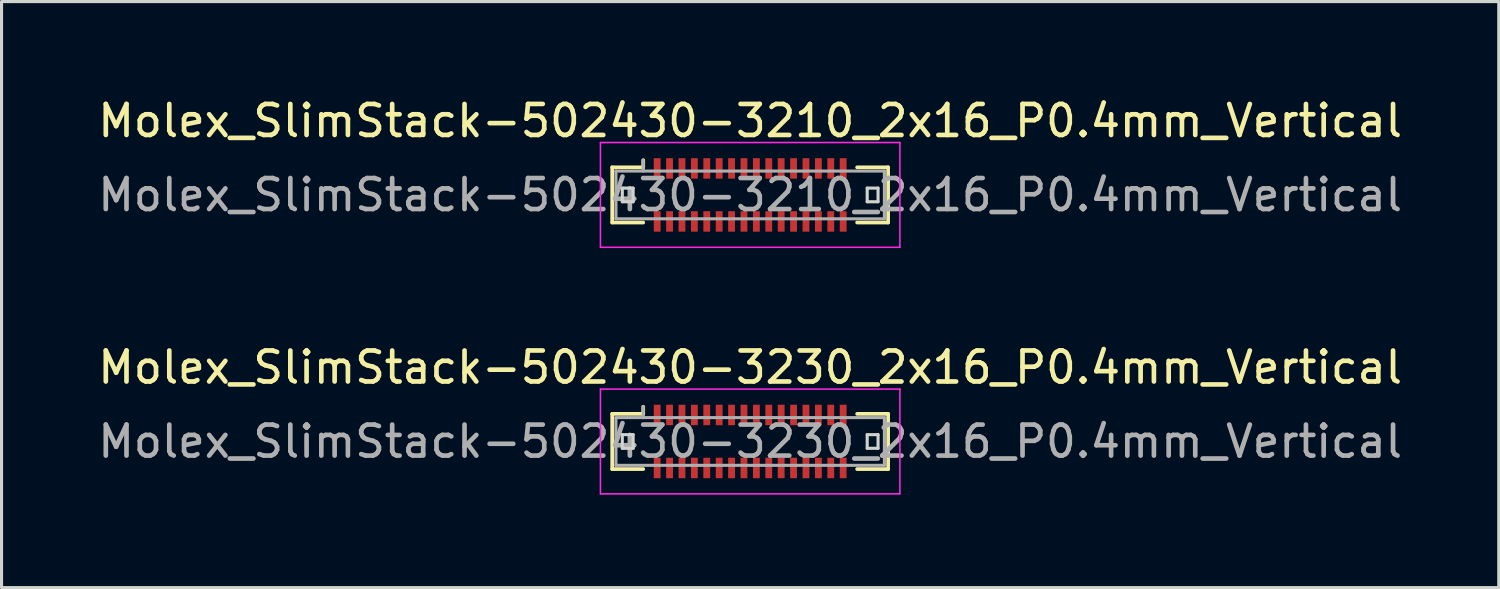
<source format=kicad_pcb>
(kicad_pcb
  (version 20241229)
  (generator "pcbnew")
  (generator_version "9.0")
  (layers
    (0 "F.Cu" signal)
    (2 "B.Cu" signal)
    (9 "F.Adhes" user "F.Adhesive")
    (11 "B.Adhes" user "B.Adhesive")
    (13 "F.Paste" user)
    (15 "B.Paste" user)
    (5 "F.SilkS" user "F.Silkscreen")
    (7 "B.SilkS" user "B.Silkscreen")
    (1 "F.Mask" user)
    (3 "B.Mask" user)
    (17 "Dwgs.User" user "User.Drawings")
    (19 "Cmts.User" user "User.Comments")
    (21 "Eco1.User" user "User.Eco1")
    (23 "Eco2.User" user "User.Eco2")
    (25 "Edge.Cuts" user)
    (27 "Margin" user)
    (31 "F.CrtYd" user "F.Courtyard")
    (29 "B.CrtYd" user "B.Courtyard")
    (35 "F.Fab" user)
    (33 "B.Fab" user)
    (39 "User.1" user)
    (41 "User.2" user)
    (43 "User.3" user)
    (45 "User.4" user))
  (footprint "Molex_SlimStack-502430-3230_2x16_P0.4mm_Vertical"
    (layer "F.Cu")
    (at 21.149 11.191)
    (property "Reference" "Molex_SlimStack-502430-3230_2x16_P0.4mm_Vertical" (at 0 -2.39 0) (layer "F.SilkS") (effects (font (size 1 1) (thickness 0.15))))
    (attr smd)
    (fp_line (start -4.45 -0.89) (end -3.45 -0.89) (stroke (width 0.12) (type solid)) (layer "F.SilkS"))
    (fp_line (start -4.45 0.89) (end -4.45 -0.89) (stroke (width 0.12) (type solid)) (layer "F.SilkS"))
    (fp_line (start -3.45 -0.89) (end -3.45 -1.12) (stroke (width 0.12) (type solid)) (layer "F.SilkS"))
    (fp_line (start -3.45 0.89) (end -4.45 0.89) (stroke (width 0.12) (type solid)) (layer "F.SilkS"))
    (fp_line (start 3.45 0.89) (end 4.45 0.89) (stroke (width 0.12) (type solid)) (layer "F.SilkS"))
    (fp_line (start 4.45 -0.89) (end 3.45 -0.89) (stroke (width 0.12) (type solid)) (layer "F.SilkS"))
    (fp_line (start 4.45 0.89) (end 4.45 -0.89) (stroke (width 0.12) (type solid)) (layer "F.SilkS"))
    (fp_line (start -4.125 -0.22) (end -4.125 0.22) (stroke (width 0.1) (type solid)) (layer "Edge.Cuts"))
    (fp_line (start -4.125 0.22) (end -3.775 0.22) (stroke (width 0.1) (type solid)) (layer "Edge.Cuts"))
    (fp_line (start -3.775 -0.22) (end -4.125 -0.22) (stroke (width 0.1) (type solid)) (layer "Edge.Cuts"))
    (fp_line (start -3.775 0.22) (end -3.775 -0.22) (stroke (width 0.1) (type solid)) (layer "Edge.Cuts"))
    (fp_line (start 3.775 -0.22) (end 3.775 0.22) (stroke (width 0.1) (type solid)) (layer "Edge.Cuts"))
    (fp_line (start 3.775 0.22) (end 4.125 0.22) (stroke (width 0.1) (type solid)) (layer "Edge.Cuts"))
    (fp_line (start 4.125 -0.22) (end 3.775 -0.22) (stroke (width 0.1) (type solid)) (layer "Edge.Cuts"))
    (fp_line (start 4.125 0.22) (end 4.125 -0.22) (stroke (width 0.1) (type solid)) (layer "Edge.Cuts"))
    (fp_line (start -4.83 -1.69) (end -4.83 1.69) (stroke (width 0.05) (type solid)) (layer "F.CrtYd"))
    (fp_line (start -4.83 1.69) (end 4.83 1.69) (stroke (width 0.05) (type solid)) (layer "F.CrtYd"))
    (fp_line (start 4.83 -1.69) (end -4.83 -1.69) (stroke (width 0.05) (type solid)) (layer "F.CrtYd"))
    (fp_line (start 4.83 1.69) (end 4.83 -1.69) (stroke (width 0.05) (type solid)) (layer "F.CrtYd"))
    (fp_line (start -4.33 -0.77) (end -4.33 0.77) (stroke (width 0.1) (type solid)) (layer "F.Fab"))
    (fp_line (start -4.33 0.77) (end 4.33 0.77) (stroke (width 0.1) (type solid)) (layer "F.Fab"))
    (fp_line (start -3.45 -0.77) (end -3.45 -1.12) (stroke (width 0.1) (type solid)) (layer "F.Fab"))
    (fp_line (start 4.33 -0.77) (end -4.33 -0.77) (stroke (width 0.1) (type solid)) (layer "F.Fab"))
    (fp_line (start 4.33 0.77) (end 4.33 -0.77) (stroke (width 0.1) (type solid)) (layer "F.Fab"))
    (fp_text user "${REFERENCE}" (at 0 0 0) (layer "F.Fab") (effects (font (size 1 1) (thickness 0.15))))
    (pad "1" smd rect (at -3 -0.855) (size 0.22 0.66) (layers "F.Cu" "F.Mask" "F.Paste"))
    (pad "2" smd rect (at -3 0.855) (size 0.22 0.66) (layers "F.Cu" "F.Mask" "F.Paste"))
    (pad "3" smd rect (at -2.6 -0.855) (size 0.22 0.66) (layers "F.Cu" "F.Mask" "F.Paste"))
    (pad "4" smd rect (at -2.6 0.855) (size 0.22 0.66) (layers "F.Cu" "F.Mask" "F.Paste"))
    (pad "5" smd rect (at -2.2 -0.855) (size 0.22 0.66) (layers "F.Cu" "F.Mask" "F.Paste"))
    (pad "6" smd rect (at -2.2 0.855) (size 0.22 0.66) (layers "F.Cu" "F.Mask" "F.Paste"))
    (pad "7" smd rect (at -1.8 -0.855) (size 0.22 0.66) (layers "F.Cu" "F.Mask" "F.Paste"))
    (pad "8" smd rect (at -1.8 0.855) (size 0.22 0.66) (layers "F.Cu" "F.Mask" "F.Paste"))
    (pad "9" smd rect (at -1.4 -0.855) (size 0.22 0.66) (layers "F.Cu" "F.Mask" "F.Paste"))
    (pad "10" smd rect (at -1.4 0.855) (size 0.22 0.66) (layers "F.Cu" "F.Mask" "F.Paste"))
    (pad "11" smd rect (at -1 -0.855) (size 0.22 0.66) (layers "F.Cu" "F.Mask" "F.Paste"))
    (pad "12" smd rect (at -1 0.855) (size 0.22 0.66) (layers "F.Cu" "F.Mask" "F.Paste"))
    (pad "13" smd rect (at -0.6 -0.855) (size 0.22 0.66) (layers "F.Cu" "F.Mask" "F.Paste"))
    (pad "14" smd rect (at -0.6 0.855) (size 0.22 0.66) (layers "F.Cu" "F.Mask" "F.Paste"))
    (pad "15" smd rect (at -0.2 -0.855) (size 0.22 0.66) (layers "F.Cu" "F.Mask" "F.Paste"))
    (pad "16" smd rect (at -0.2 0.855) (size 0.22 0.66) (layers "F.Cu" "F.Mask" "F.Paste"))
    (pad "17" smd rect (at 0.2 -0.855) (size 0.22 0.66) (layers "F.Cu" "F.Mask" "F.Paste"))
    (pad "18" smd rect (at 0.2 0.855) (size 0.22 0.66) (layers "F.Cu" "F.Mask" "F.Paste"))
    (pad "19" smd rect (at 0.6 -0.855) (size 0.22 0.66) (layers "F.Cu" "F.Mask" "F.Paste"))
    (pad "20" smd rect (at 0.6 0.855) (size 0.22 0.66) (layers "F.Cu" "F.Mask" "F.Paste"))
    (pad "21" smd rect (at 1 -0.855) (size 0.22 0.66) (layers "F.Cu" "F.Mask" "F.Paste"))
    (pad "22" smd rect (at 1 0.855) (size 0.22 0.66) (layers "F.Cu" "F.Mask" "F.Paste"))
    (pad "23" smd rect (at 1.4 -0.855) (size 0.22 0.66) (layers "F.Cu" "F.Mask" "F.Paste"))
    (pad "24" smd rect (at 1.4 0.855) (size 0.22 0.66) (layers "F.Cu" "F.Mask" "F.Paste"))
    (pad "25" smd rect (at 1.8 -0.855) (size 0.22 0.66) (layers "F.Cu" "F.Mask" "F.Paste"))
    (pad "26" smd rect (at 1.8 0.855) (size 0.22 0.66) (layers "F.Cu" "F.Mask" "F.Paste"))
    (pad "27" smd rect (at 2.2 -0.855) (size 0.22 0.66) (layers "F.Cu" "F.Mask" "F.Paste"))
    (pad "28" smd rect (at 2.2 0.855) (size 0.22 0.66) (layers "F.Cu" "F.Mask" "F.Paste"))
    (pad "29" smd rect (at 2.6 -0.855) (size 0.22 0.66) (layers "F.Cu" "F.Mask" "F.Paste"))
    (pad "30" smd rect (at 2.6 0.855) (size 0.22 0.66) (layers "F.Cu" "F.Mask" "F.Paste"))
    (pad "31" smd rect (at 3 -0.855) (size 0.22 0.66) (layers "F.Cu" "F.Mask" "F.Paste"))
    (pad "32" smd rect (at 3 0.855) (size 0.22 0.66) (layers "F.Cu" "F.Mask" "F.Paste")))
  (footprint "Molex_SlimStack-502430-3210_2x16_P0.4mm_Vertical"
    (layer "F.Cu")
    (at 21.149 3.238)
    (property "Reference" "Molex_SlimStack-502430-3210_2x16_P0.4mm_Vertical" (at 0 -2.39 0) (layer "F.SilkS") (effects (font (size 1 1) (thickness 0.15))))
    (attr smd)
    (fp_line (start -4.45 -0.89) (end -3.45 -0.89) (stroke (width 0.12) (type solid)) (layer "F.SilkS"))
    (fp_line (start -4.45 0.89) (end -4.45 -0.89) (stroke (width 0.12) (type solid)) (layer "F.SilkS"))
    (fp_line (start -3.45 -0.89) (end -3.45 -1.12) (stroke (width 0.12) (type solid)) (layer "F.SilkS"))
    (fp_line (start -3.45 0.89) (end -4.45 0.89) (stroke (width 0.12) (type solid)) (layer "F.SilkS"))
    (fp_line (start 3.45 0.89) (end 4.45 0.89) (stroke (width 0.12) (type solid)) (layer "F.SilkS"))
    (fp_line (start 4.45 -0.89) (end 3.45 -0.89) (stroke (width 0.12) (type solid)) (layer "F.SilkS"))
    (fp_line (start 4.45 0.89) (end 4.45 -0.89) (stroke (width 0.12) (type solid)) (layer "F.SilkS"))
    (fp_line (start -4.125 -0.22) (end -4.125 0.22) (stroke (width 0.1) (type solid)) (layer "Edge.Cuts"))
    (fp_line (start -4.125 0.22) (end -3.775 0.22) (stroke (width 0.1) (type solid)) (layer "Edge.Cuts"))
    (fp_line (start -3.775 -0.22) (end -4.125 -0.22) (stroke (width 0.1) (type solid)) (layer "Edge.Cuts"))
    (fp_line (start -3.775 0.22) (end -3.775 -0.22) (stroke (width 0.1) (type solid)) (layer "Edge.Cuts"))
    (fp_line (start 3.775 -0.22) (end 3.775 0.22) (stroke (width 0.1) (type solid)) (layer "Edge.Cuts"))
    (fp_line (start 3.775 0.22) (end 4.125 0.22) (stroke (width 0.1) (type solid)) (layer "Edge.Cuts"))
    (fp_line (start 4.125 -0.22) (end 3.775 -0.22) (stroke (width 0.1) (type solid)) (layer "Edge.Cuts"))
    (fp_line (start 4.125 0.22) (end 4.125 -0.22) (stroke (width 0.1) (type solid)) (layer "Edge.Cuts"))
    (fp_line (start -4.83 -1.69) (end -4.83 1.69) (stroke (width 0.05) (type solid)) (layer "F.CrtYd"))
    (fp_line (start -4.83 1.69) (end 4.83 1.69) (stroke (width 0.05) (type solid)) (layer "F.CrtYd"))
    (fp_line (start 4.83 -1.69) (end -4.83 -1.69) (stroke (width 0.05) (type solid)) (layer "F.CrtYd"))
    (fp_line (start 4.83 1.69) (end 4.83 -1.69) (stroke (width 0.05) (type solid)) (layer "F.CrtYd"))
    (fp_line (start -4.33 -0.77) (end -4.33 0.77) (stroke (width 0.1) (type solid)) (layer "F.Fab"))
    (fp_line (start -4.33 0.77) (end 4.33 0.77) (stroke (width 0.1) (type solid)) (layer "F.Fab"))
    (fp_line (start -3.45 -0.77) (end -3.45 -1.12) (stroke (width 0.1) (type solid)) (layer "F.Fab"))
    (fp_line (start 4.33 -0.77) (end -4.33 -0.77) (stroke (width 0.1) (type solid)) (layer "F.Fab"))
    (fp_line (start 4.33 0.77) (end 4.33 -0.77) (stroke (width 0.1) (type solid)) (layer "F.Fab"))
    (fp_text user "${REFERENCE}" (at 0 0 0) (layer "F.Fab") (effects (font (size 1 1) (thickness 0.15))))
    (pad "1" smd rect (at -3 -0.855) (size 0.22 0.66) (layers "F.Cu" "F.Mask" "F.Paste"))
    (pad "2" smd rect (at -3 0.855) (size 0.22 0.66) (layers "F.Cu" "F.Mask" "F.Paste"))
    (pad "3" smd rect (at -2.6 -0.855) (size 0.22 0.66) (layers "F.Cu" "F.Mask" "F.Paste"))
    (pad "4" smd rect (at -2.6 0.855) (size 0.22 0.66) (layers "F.Cu" "F.Mask" "F.Paste"))
    (pad "5" smd rect (at -2.2 -0.855) (size 0.22 0.66) (layers "F.Cu" "F.Mask" "F.Paste"))
    (pad "6" smd rect (at -2.2 0.855) (size 0.22 0.66) (layers "F.Cu" "F.Mask" "F.Paste"))
    (pad "7" smd rect (at -1.8 -0.855) (size 0.22 0.66) (layers "F.Cu" "F.Mask" "F.Paste"))
    (pad "8" smd rect (at -1.8 0.855) (size 0.22 0.66) (layers "F.Cu" "F.Mask" "F.Paste"))
    (pad "9" smd rect (at -1.4 -0.855) (size 0.22 0.66) (layers "F.Cu" "F.Mask" "F.Paste"))
    (pad "10" smd rect (at -1.4 0.855) (size 0.22 0.66) (layers "F.Cu" "F.Mask" "F.Paste"))
    (pad "11" smd rect (at -1 -0.855) (size 0.22 0.66) (layers "F.Cu" "F.Mask" "F.Paste"))
    (pad "12" smd rect (at -1 0.855) (size 0.22 0.66) (layers "F.Cu" "F.Mask" "F.Paste"))
    (pad "13" smd rect (at -0.6 -0.855) (size 0.22 0.66) (layers "F.Cu" "F.Mask" "F.Paste"))
    (pad "14" smd rect (at -0.6 0.855) (size 0.22 0.66) (layers "F.Cu" "F.Mask" "F.Paste"))
    (pad "15" smd rect (at -0.2 -0.855) (size 0.22 0.66) (layers "F.Cu" "F.Mask" "F.Paste"))
    (pad "16" smd rect (at -0.2 0.855) (size 0.22 0.66) (layers "F.Cu" "F.Mask" "F.Paste"))
    (pad "17" smd rect (at 0.2 -0.855) (size 0.22 0.66) (layers "F.Cu" "F.Mask" "F.Paste"))
    (pad "18" smd rect (at 0.2 0.855) (size 0.22 0.66) (layers "F.Cu" "F.Mask" "F.Paste"))
    (pad "19" smd rect (at 0.6 -0.855) (size 0.22 0.66) (layers "F.Cu" "F.Mask" "F.Paste"))
    (pad "20" smd rect (at 0.6 0.855) (size 0.22 0.66) (layers "F.Cu" "F.Mask" "F.Paste"))
    (pad "21" smd rect (at 1 -0.855) (size 0.22 0.66) (layers "F.Cu" "F.Mask" "F.Paste"))
    (pad "22" smd rect (at 1 0.855) (size 0.22 0.66) (layers "F.Cu" "F.Mask" "F.Paste"))
    (pad "23" smd rect (at 1.4 -0.855) (size 0.22 0.66) (layers "F.Cu" "F.Mask" "F.Paste"))
    (pad "24" smd rect (at 1.4 0.855) (size 0.22 0.66) (layers "F.Cu" "F.Mask" "F.Paste"))
    (pad "25" smd rect (at 1.8 -0.855) (size 0.22 0.66) (layers "F.Cu" "F.Mask" "F.Paste"))
    (pad "26" smd rect (at 1.8 0.855) (size 0.22 0.66) (layers "F.Cu" "F.Mask" "F.Paste"))
    (pad "27" smd rect (at 2.2 -0.855) (size 0.22 0.66) (layers "F.Cu" "F.Mask" "F.Paste"))
    (pad "28" smd rect (at 2.2 0.855) (size 0.22 0.66) (layers "F.Cu" "F.Mask" "F.Paste"))
    (pad "29" smd rect (at 2.6 -0.855) (size 0.22 0.66) (layers "F.Cu" "F.Mask" "F.Paste"))
    (pad "30" smd rect (at 2.6 0.855) (size 0.22 0.66) (layers "F.Cu" "F.Mask" "F.Paste"))
    (pad "31" smd rect (at 3 -0.855) (size 0.22 0.66) (layers "F.Cu" "F.Mask" "F.Paste"))
    (pad "32" smd rect (at 3 0.855) (size 0.22 0.66) (layers "F.Cu" "F.Mask" "F.Paste")))
  (gr_rect
    (start -3 -3)
    (end 45.298 15.906)
    (stroke (width 0.1) (type default))
    (fill no)
    (layer "Edge.Cuts")))
</source>
